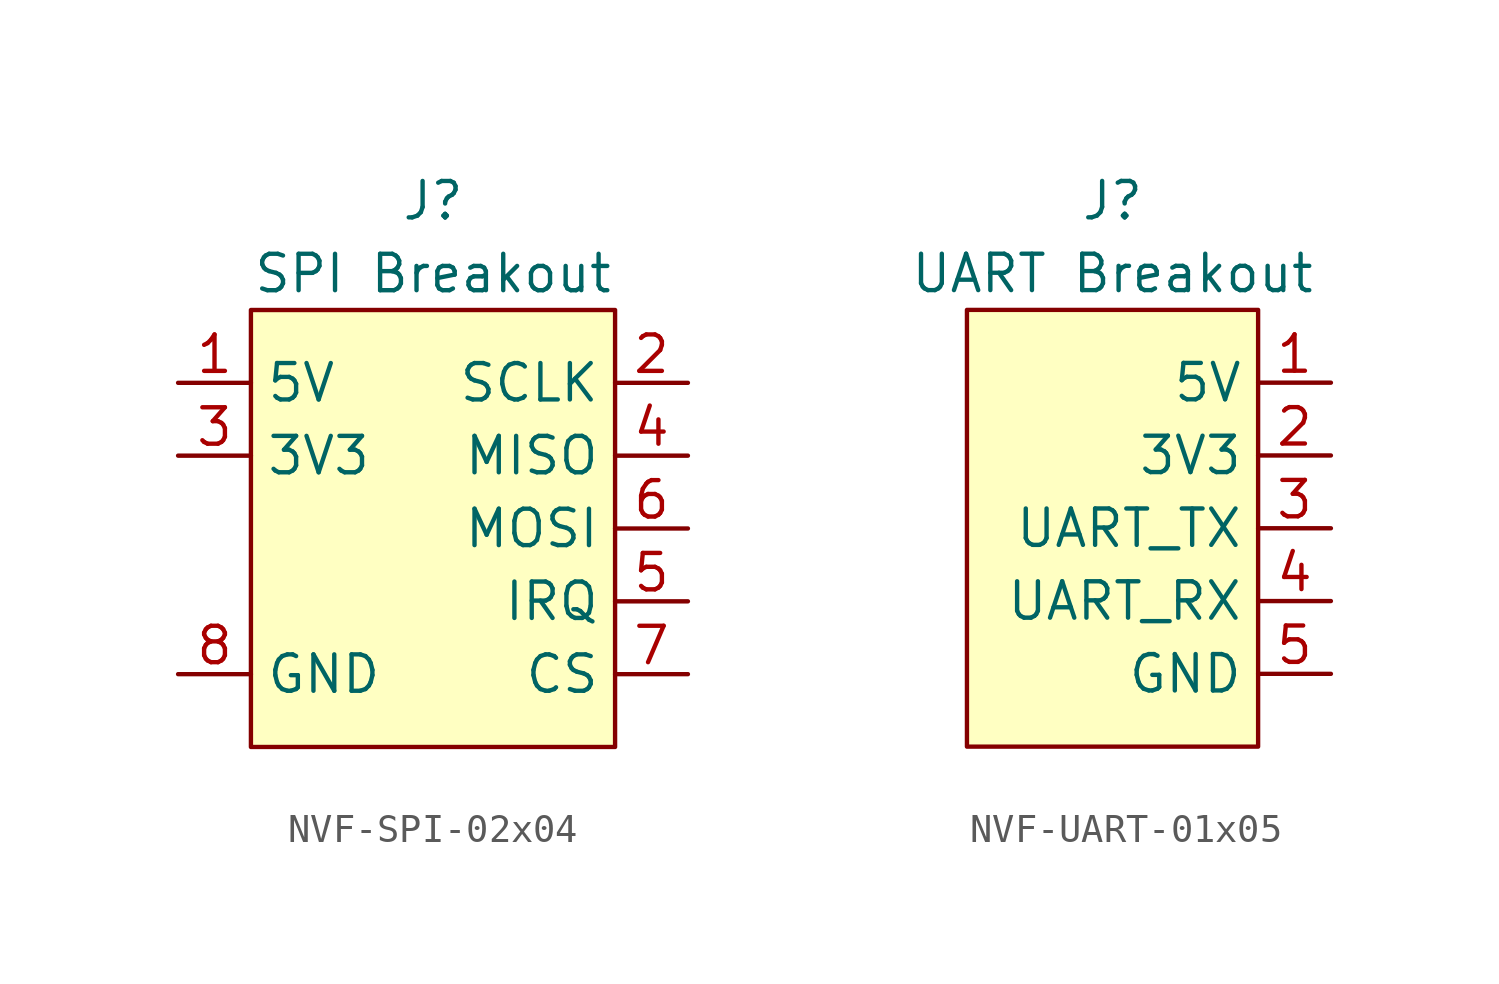
<source format=kicad_sym>
(kicad_symbol_lib
  (version 20220914)
  (generator kicad_symbol_editor)
  (symbol "NVF-SPI-02x04"
    (property "Reference" "J"
      (at 0 11.43 0)
      (effects (font (size 1.27 1.27))))
    (property "Value" "SPI Breakout"
      (at 0 8.89 0)
      (effects (font (size 1.27 1.27))))
    (symbol "NVF-SPI-02x04_1_1"
      (rectangle (start -6.35 7.62) (end 6.35 -7.62) (stroke (width 0) (type default)) (fill (type background)))
      (pin input line (at -8.89 5.08 0) (length 2.54) (name "5V" (effects (font (size 1.27 1.27)))) (number "1" (effects (font (size 1.27 1.27)))))
      (pin input line (at 8.89 5.08 180) (length 2.54) (name "SCLK" (effects (font (size 1.27 1.27)))) (number "2" (effects (font (size 1.27 1.27)))))
      (pin input line (at -8.89 2.54 0) (length 2.54) (name "3V3" (effects (font (size 1.27 1.27)))) (number "3" (effects (font (size 1.27 1.27)))))
      (pin input line (at 8.89 2.54 180) (length 2.54) (name "MISO" (effects (font (size 1.27 1.27)))) (number "4" (effects (font (size 1.27 1.27)))))
      (pin input line (at 8.89 -2.54 180) (length 2.54) (name "IRQ" (effects (font (size 1.27 1.27)))) (number "5" (effects (font (size 1.27 1.27)))))
      (pin input line (at 8.89 0 180) (length 2.54) (name "MOSI" (effects (font (size 1.27 1.27)))) (number "6" (effects (font (size 1.27 1.27)))))
      (pin input line (at 8.89 -5.08 180) (length 2.54) (name "CS" (effects (font (size 1.27 1.27)))) (number "7" (effects (font (size 1.27 1.27)))))
      (pin input line (at -8.89 -5.08 0) (length 2.54) (name "GND" (effects (font (size 1.27 1.27)))) (number "8" (effects (font (size 1.27 1.27)))))))
  (symbol "NVF-UART-01x05"
    (property "Reference" "J"
      (at 0 11.43 0)
      (effects (font (size 1.27 1.27))))
    (property "Value" "UART Breakout"
      (at 0 8.89 0)
      (effects (font (size 1.27 1.27))))
    (symbol "NVF-UART-01x05_1_1"
      (rectangle (start -5.08 7.62) (end 5.08 -7.62) (stroke (width 0) (type default)) (fill (type background)))
      (pin input line (at 7.62 5.08 180) (length 2.54) (name "5V" (effects (font (size 1.27 1.27)))) (number "1" (effects (font (size 1.27 1.27)))))
      (pin input line (at 7.62 2.54 180) (length 2.54) (name "3V3" (effects (font (size 1.27 1.27)))) (number "2" (effects (font (size 1.27 1.27)))))
      (pin input line (at 7.62 0 180) (length 2.54) (name "UART_TX" (effects (font (size 1.27 1.27)))) (number "3" (effects (font (size 1.27 1.27)))))
      (pin input line (at 7.62 -2.54 180) (length 2.54) (name "UART_RX" (effects (font (size 1.27 1.27)))) (number "4" (effects (font (size 1.27 1.27)))))
      (pin input line (at 7.62 -5.08 180) (length 2.54) (name "GND" (effects (font (size 1.27 1.27)))) (number "5" (effects (font (size 1.27 1.27))))))))
</source>
